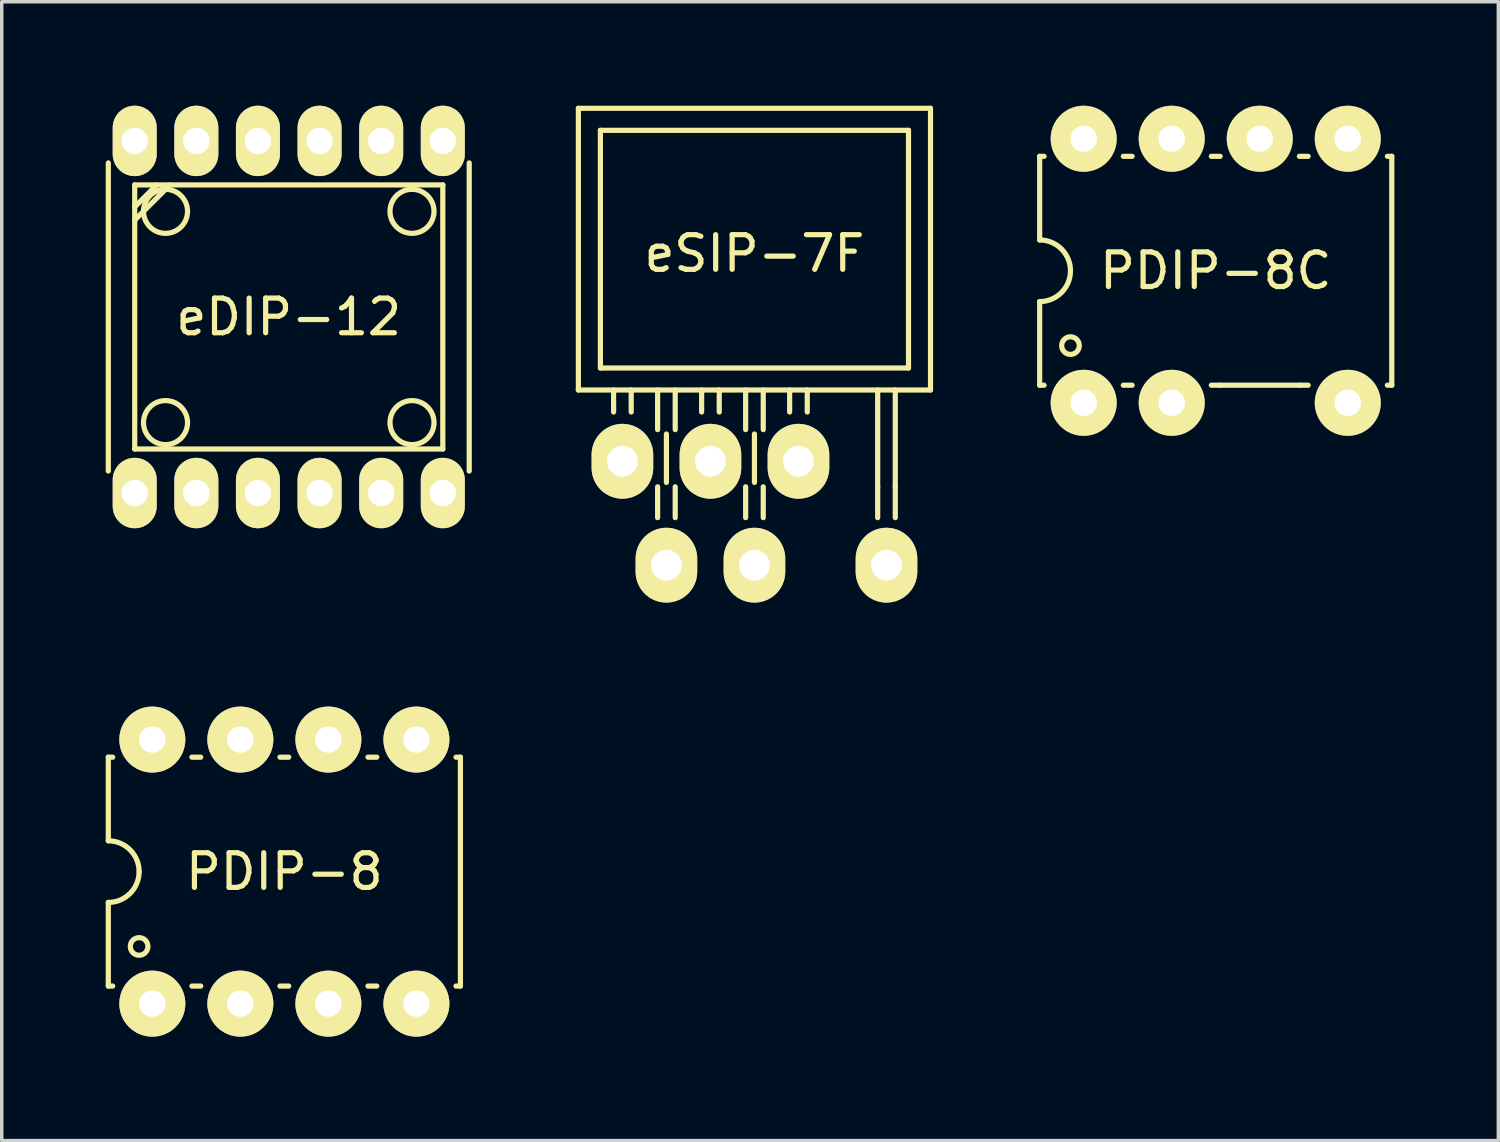
<source format=kicad_pcb>
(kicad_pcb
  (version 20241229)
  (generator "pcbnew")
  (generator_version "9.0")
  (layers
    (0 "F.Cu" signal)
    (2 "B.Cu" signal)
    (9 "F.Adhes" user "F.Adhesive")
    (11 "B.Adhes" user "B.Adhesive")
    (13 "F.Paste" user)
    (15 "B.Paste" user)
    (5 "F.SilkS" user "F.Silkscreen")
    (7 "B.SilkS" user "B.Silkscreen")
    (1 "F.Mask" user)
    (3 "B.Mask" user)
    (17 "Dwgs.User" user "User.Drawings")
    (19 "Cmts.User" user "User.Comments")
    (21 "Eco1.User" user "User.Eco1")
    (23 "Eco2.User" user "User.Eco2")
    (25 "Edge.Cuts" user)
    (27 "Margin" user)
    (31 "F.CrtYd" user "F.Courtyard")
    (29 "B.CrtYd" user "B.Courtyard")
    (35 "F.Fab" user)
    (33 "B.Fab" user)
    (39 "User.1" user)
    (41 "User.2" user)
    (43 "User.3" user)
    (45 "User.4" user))
  (footprint "eDIP-12"
    (layer "F.Cu")
    (at 5.282 6.096)
    (property "Reference" "eDIP-12" (at 0 0 0) (layer "F.SilkS") (effects (font (size 1 1) (thickness 0.15))))
    (attr through_hole)
    (fp_line (start -5.207 4.445) (end -5.207 -4.445) (stroke (width 0.15) (type solid)) (layer "F.SilkS"))
    (fp_line (start -4.445 -3.81) (end -4.445 3.81) (stroke (width 0.15) (type solid)) (layer "F.SilkS"))
    (fp_line (start -4.445 -2.794) (end -3.429 -3.81) (stroke (width 0.15) (type solid)) (layer "F.SilkS"))
    (fp_line (start -4.445 3.81) (end 4.445 3.81) (stroke (width 0.15) (type solid)) (layer "F.SilkS"))
    (fp_line (start -3.81 -3.81) (end -4.445 -3.175) (stroke (width 0.15) (type solid)) (layer "F.SilkS"))
    (fp_line (start 4.445 -3.81) (end -4.445 -3.81) (stroke (width 0.15) (type solid)) (layer "F.SilkS"))
    (fp_line (start 4.445 3.81) (end 4.445 -3.81) (stroke (width 0.15) (type solid)) (layer "F.SilkS"))
    (fp_line (start 5.207 -4.445) (end 5.207 4.445) (stroke (width 0.15) (type solid)) (layer "F.SilkS"))
    (fp_circle (center -3.556 -3.048) (end -3.556 -3.683) (stroke (width 0.15) (type solid)) (fill no) (layer "F.SilkS"))
    (fp_circle (center -3.556 3.048) (end -3.556 3.683) (stroke (width 0.15) (type solid)) (fill no) (layer "F.SilkS"))
    (fp_circle (center 3.556 -3.048) (end 4.191 -3.048) (stroke (width 0.15) (type solid)) (fill no) (layer "F.SilkS"))
    (fp_circle (center 3.556 3.048) (end 4.191 3.048) (stroke (width 0.15) (type solid)) (fill no) (layer "F.SilkS"))
    (pad "1" thru_hole oval (at -4.445 -5.08) (size 1.27 2.032) (drill 0.762) (layers "*.Cu" "*.Mask" "F.SilkS"))
    (pad "2" thru_hole oval (at -2.667 -5.08) (size 1.27 2.032) (drill 0.762) (layers "*.Cu" "*.Mask" "F.SilkS"))
    (pad "3" thru_hole oval (at -0.889 -5.08) (size 1.27 2.032) (drill 0.762) (layers "*.Cu" "*.Mask" "F.SilkS"))
    (pad "4" thru_hole oval (at 0.889 -5.08) (size 1.27 2.032) (drill 0.762) (layers "*.Cu" "*.Mask" "F.SilkS"))
    (pad "5" thru_hole oval (at 2.667 -5.08) (size 1.27 2.032) (drill 0.762) (layers "*.Cu" "*.Mask" "F.SilkS"))
    (pad "6" thru_hole oval (at 4.445 -5.08) (size 1.27 2.032) (drill 0.762) (layers "*.Cu" "*.Mask" "F.SilkS"))
    (pad "7" thru_hole oval (at 4.445 5.08) (size 1.27 2.032) (drill 0.762) (layers "*.Cu" "*.Mask" "F.SilkS"))
    (pad "8" thru_hole oval (at 2.667 5.08) (size 1.27 2.032) (drill 0.762) (layers "*.Cu" "*.Mask" "F.SilkS"))
    (pad "9" thru_hole oval (at 0.889 5.08) (size 1.27 2.032) (drill 0.762) (layers "*.Cu" "*.Mask" "F.SilkS"))
    (pad "10" thru_hole oval (at -0.889 5.08) (size 1.27 2.032) (drill 0.762) (layers "*.Cu" "*.Mask" "F.SilkS"))
    (pad "11" thru_hole oval (at -2.667 5.08) (size 1.27 2.032) (drill 0.762) (layers "*.Cu" "*.Mask" "F.SilkS"))
    (pad "12" thru_hole oval (at -4.445 5.08) (size 1.27 2.032) (drill 0.762) (layers "*.Cu" "*.Mask" "F.SilkS")))
  (footprint "eSIP-7F"
    (layer "F.Cu")
    (at 18.719 11.759)
    (property "Reference" "eSIP-7F" (at 0 -7.493 0) (layer "F.SilkS") (effects (font (size 1 1) (thickness 0.15))))
    (attr through_hole)
    (fp_line (start -5.08 -11.684) (end -5.08 -3.556) (stroke (width 0.15) (type solid)) (layer "F.SilkS"))
    (fp_line (start -5.08 -3.556) (end 5.08 -3.556) (stroke (width 0.15) (type solid)) (layer "F.SilkS"))
    (fp_line (start -4.445 -11.049) (end -4.445 -4.191) (stroke (width 0.15) (type solid)) (layer "F.SilkS"))
    (fp_line (start -4.445 -4.191) (end 4.445 -4.191) (stroke (width 0.15) (type solid)) (layer "F.SilkS"))
    (fp_line (start -4.064 -2.921) (end -4.064 -3.556) (stroke (width 0.15) (type solid)) (layer "F.SilkS"))
    (fp_line (start -3.556 -2.921) (end -3.556 -3.556) (stroke (width 0.15) (type solid)) (layer "F.SilkS"))
    (fp_line (start -2.794 -2.413) (end -2.794 -3.556) (stroke (width 0.15) (type solid)) (layer "F.SilkS"))
    (fp_line (start -2.794 0.127) (end -2.794 -0.762) (stroke (width 0.15) (type solid)) (layer "F.SilkS"))
    (fp_line (start -2.54 -0.889) (end -2.54 -2.286) (stroke (width 0.15) (type solid)) (layer "F.SilkS"))
    (fp_line (start -2.286 -2.413) (end -2.286 -3.556) (stroke (width 0.15) (type solid)) (layer "F.SilkS"))
    (fp_line (start -2.286 -0.762) (end -2.286 0.127) (stroke (width 0.15) (type solid)) (layer "F.SilkS"))
    (fp_line (start -1.524 -2.921) (end -1.524 -3.556) (stroke (width 0.15) (type solid)) (layer "F.SilkS"))
    (fp_line (start -1.016 -2.921) (end -1.016 -3.556) (stroke (width 0.15) (type solid)) (layer "F.SilkS"))
    (fp_line (start -0.254 -2.413) (end -0.254 -3.556) (stroke (width 0.15) (type solid)) (layer "F.SilkS"))
    (fp_line (start -0.254 -0.762) (end -0.254 0.127) (stroke (width 0.15) (type solid)) (layer "F.SilkS"))
    (fp_line (start 0 -0.889) (end 0 -2.286) (stroke (width 0.15) (type solid)) (layer "F.SilkS"))
    (fp_line (start 0.254 -2.413) (end 0.254 -3.556) (stroke (width 0.15) (type solid)) (layer "F.SilkS"))
    (fp_line (start 0.254 -0.762) (end 0.254 0.127) (stroke (width 0.15) (type solid)) (layer "F.SilkS"))
    (fp_line (start 1.016 -2.921) (end 1.016 -3.556) (stroke (width 0.15) (type solid)) (layer "F.SilkS"))
    (fp_line (start 1.524 -2.921) (end 1.524 -3.556) (stroke (width 0.15) (type solid)) (layer "F.SilkS"))
    (fp_line (start 3.556 -0.762) (end 3.556 -3.556) (stroke (width 0.15) (type solid)) (layer "F.SilkS"))
    (fp_line (start 3.556 0.127) (end 3.556 -0.762) (stroke (width 0.15) (type solid)) (layer "F.SilkS"))
    (fp_line (start 4.064 -0.762) (end 4.064 -3.556) (stroke (width 0.15) (type solid)) (layer "F.SilkS"))
    (fp_line (start 4.064 0.127) (end 4.064 -0.762) (stroke (width 0.15) (type solid)) (layer "F.SilkS"))
    (fp_line (start 4.445 -11.049) (end -4.445 -11.049) (stroke (width 0.15) (type solid)) (layer "F.SilkS"))
    (fp_line (start 4.445 -4.191) (end 4.445 -11.049) (stroke (width 0.15) (type solid)) (layer "F.SilkS"))
    (fp_line (start 5.08 -11.684) (end -5.08 -11.684) (stroke (width 0.15) (type solid)) (layer "F.SilkS"))
    (fp_line (start 5.08 -3.556) (end 5.08 -11.684) (stroke (width 0.15) (type solid)) (layer "F.SilkS"))
    (pad "1" thru_hole oval (at -3.81 -1.499) (size 1.778 2.159) (drill 0.889) (layers "*.Cu" "*.Mask" "F.SilkS"))
    (pad "2" thru_hole oval (at -2.54 1.499) (size 1.778 2.159) (drill 0.889) (layers "*.Cu" "*.Mask" "F.SilkS"))
    (pad "3" thru_hole oval (at -1.27 -1.499) (size 1.778 2.159) (drill 0.889) (layers "*.Cu" "*.Mask" "F.SilkS"))
    (pad "4" thru_hole oval (at 0 1.499) (size 1.778 2.159) (drill 0.889) (layers "*.Cu" "*.Mask" "F.SilkS"))
    (pad "5" thru_hole oval (at 1.27 -1.499) (size 1.778 2.159) (drill 0.889) (layers "*.Cu" "*.Mask" "F.SilkS"))
    (pad "7" thru_hole oval (at 3.81 1.499) (size 1.778 2.159) (drill 0.889) (layers "*.Cu" "*.Mask" "F.SilkS")))
  (footprint "PDIP-8"
    (layer "F.Cu")
    (at 5.155 22.1)
    (property "Reference" "PDIP-8" (at 0 0 0) (layer "F.SilkS") (effects (font (size 1 1) (thickness 0.15))))
    (attr through_hole)
    (fp_line (start -5.08 -3.302) (end -4.953 -3.302) (stroke (width 0.15) (type solid)) (layer "F.SilkS"))
    (fp_line (start -5.08 -0.889) (end -5.08 -3.302) (stroke (width 0.15) (type solid)) (layer "F.SilkS"))
    (fp_line (start -5.08 0.889) (end -5.08 3.302) (stroke (width 0.15) (type solid)) (layer "F.SilkS"))
    (fp_line (start -5.08 3.302) (end -4.953 3.302) (stroke (width 0.15) (type solid)) (layer "F.SilkS"))
    (fp_line (start -2.667 -3.302) (end -2.413 -3.302) (stroke (width 0.15) (type solid)) (layer "F.SilkS"))
    (fp_line (start -2.667 3.302) (end -2.413 3.302) (stroke (width 0.15) (type solid)) (layer "F.SilkS"))
    (fp_line (start -0.127 -3.302) (end 0.127 -3.302) (stroke (width 0.15) (type solid)) (layer "F.SilkS"))
    (fp_line (start -0.127 3.302) (end 0.127 3.302) (stroke (width 0.15) (type solid)) (layer "F.SilkS"))
    (fp_line (start 2.413 -3.302) (end 2.667 -3.302) (stroke (width 0.15) (type solid)) (layer "F.SilkS"))
    (fp_line (start 2.413 3.302) (end 2.667 3.302) (stroke (width 0.15) (type solid)) (layer "F.SilkS"))
    (fp_line (start 5.08 -3.302) (end 4.953 -3.302) (stroke (width 0.15) (type solid)) (layer "F.SilkS"))
    (fp_line (start 5.08 3.302) (end 4.953 3.302) (stroke (width 0.15) (type solid)) (layer "F.SilkS"))
    (fp_line (start 5.08 3.302) (end 5.08 -3.302) (stroke (width 0.15) (type solid)) (layer "F.SilkS"))
    (fp_arc (start -5.08 -0.889) (mid -4.451382 -0.628618) (end -4.191 0) (stroke (width 0.15) (type solid)) (layer "F.SilkS"))
    (fp_arc (start -4.191 0) (mid -4.451382 0.628618) (end -5.08 0.889) (stroke (width 0.15) (type solid)) (layer "F.SilkS"))
    (fp_circle (center -4.191 2.159) (end -3.937 2.159) (stroke (width 0.15) (type solid)) (fill no) (layer "F.SilkS"))
    (pad "1" thru_hole circle (at -3.81 3.81) (size 1.905 1.905) (drill 0.762) (layers "*.Cu" "*.Mask" "F.SilkS"))
    (pad "2" thru_hole circle (at -1.27 3.81) (size 1.905 1.905) (drill 0.762) (layers "*.Cu" "*.Mask" "F.SilkS"))
    (pad "3" thru_hole circle (at 1.27 3.81) (size 1.905 1.905) (drill 0.762) (layers "*.Cu" "*.Mask" "F.SilkS"))
    (pad "4" thru_hole circle (at 3.81 3.81) (size 1.905 1.905) (drill 0.762) (layers "*.Cu" "*.Mask" "F.SilkS"))
    (pad "5" thru_hole circle (at 3.81 -3.81) (size 1.905 1.905) (drill 0.762) (layers "*.Cu" "*.Mask" "F.SilkS"))
    (pad "6" thru_hole circle (at 1.27 -3.81) (size 1.905 1.905) (drill 0.762) (layers "*.Cu" "*.Mask" "F.SilkS"))
    (pad "7" thru_hole circle (at -1.27 -3.81) (size 1.905 1.905) (drill 0.762) (layers "*.Cu" "*.Mask" "F.SilkS"))
    (pad "8" thru_hole circle (at -3.81 -3.81) (size 1.905 1.905) (drill 0.762) (layers "*.Cu" "*.Mask" "F.SilkS")))
  (footprint "PDIP-8C"
    (layer "F.Cu")
    (at 32.029 4.763)
    (property "Reference" "PDIP-8C" (at 0 0 0) (layer "F.SilkS") (effects (font (size 1 1) (thickness 0.15))))
    (attr through_hole)
    (fp_line (start -5.08 -3.302) (end -4.953 -3.302) (stroke (width 0.15) (type solid)) (layer "F.SilkS"))
    (fp_line (start -5.08 -0.889) (end -5.08 -3.302) (stroke (width 0.15) (type solid)) (layer "F.SilkS"))
    (fp_line (start -5.08 0.889) (end -5.08 3.302) (stroke (width 0.15) (type solid)) (layer "F.SilkS"))
    (fp_line (start -5.08 3.302) (end -4.953 3.302) (stroke (width 0.15) (type solid)) (layer "F.SilkS"))
    (fp_line (start -2.667 -3.302) (end -2.413 -3.302) (stroke (width 0.15) (type solid)) (layer "F.SilkS"))
    (fp_line (start -2.667 3.302) (end -2.413 3.302) (stroke (width 0.15) (type solid)) (layer "F.SilkS"))
    (fp_line (start -0.127 -3.302) (end 0.127 -3.302) (stroke (width 0.15) (type solid)) (layer "F.SilkS"))
    (fp_line (start -0.127 3.302) (end 0.127 3.302) (stroke (width 0.15) (type solid)) (layer "F.SilkS"))
    (fp_line (start 0.127 3.302) (end 2.413 3.302) (stroke (width 0.15) (type solid)) (layer "F.SilkS"))
    (fp_line (start 2.413 -3.302) (end 2.667 -3.302) (stroke (width 0.15) (type solid)) (layer "F.SilkS"))
    (fp_line (start 2.413 3.302) (end 2.667 3.302) (stroke (width 0.15) (type solid)) (layer "F.SilkS"))
    (fp_line (start 5.08 -3.302) (end 4.953 -3.302) (stroke (width 0.15) (type solid)) (layer "F.SilkS"))
    (fp_line (start 5.08 3.302) (end 4.953 3.302) (stroke (width 0.15) (type solid)) (layer "F.SilkS"))
    (fp_line (start 5.08 3.302) (end 5.08 -3.302) (stroke (width 0.15) (type solid)) (layer "F.SilkS"))
    (fp_arc (start -5.08 -0.889) (mid -4.451382 -0.628618) (end -4.191 0) (stroke (width 0.15) (type solid)) (layer "F.SilkS"))
    (fp_arc (start -4.191 0) (mid -4.451382 0.628618) (end -5.08 0.889) (stroke (width 0.15) (type solid)) (layer "F.SilkS"))
    (fp_circle (center -4.191 2.159) (end -3.937 2.159) (stroke (width 0.15) (type solid)) (fill no) (layer "F.SilkS"))
    (pad "1" thru_hole circle (at -3.81 3.81) (size 1.905 1.905) (drill 0.762) (layers "*.Cu" "*.Mask" "F.SilkS"))
    (pad "2" thru_hole circle (at -1.27 3.81) (size 1.905 1.905) (drill 0.762) (layers "*.Cu" "*.Mask" "F.SilkS"))
    (pad "4" thru_hole circle (at 3.81 3.81) (size 1.905 1.905) (drill 0.762) (layers "*.Cu" "*.Mask" "F.SilkS"))
    (pad "5" thru_hole circle (at 3.81 -3.81) (size 1.905 1.905) (drill 0.762) (layers "*.Cu" "*.Mask" "F.SilkS"))
    (pad "6" thru_hole circle (at 1.27 -3.81) (size 1.905 1.905) (drill 0.762) (layers "*.Cu" "*.Mask" "F.SilkS"))
    (pad "7" thru_hole circle (at -1.27 -3.81) (size 1.905 1.905) (drill 0.762) (layers "*.Cu" "*.Mask" "F.SilkS"))
    (pad "8" thru_hole circle (at -3.81 -3.81) (size 1.905 1.905) (drill 0.762) (layers "*.Cu" "*.Mask" "F.SilkS")))
  (gr_rect
    (start -3 -3)
    (end 40.184 29.862)
    (stroke (width 0.1) (type default))
    (fill no)
    (layer "Edge.Cuts")))
</source>
